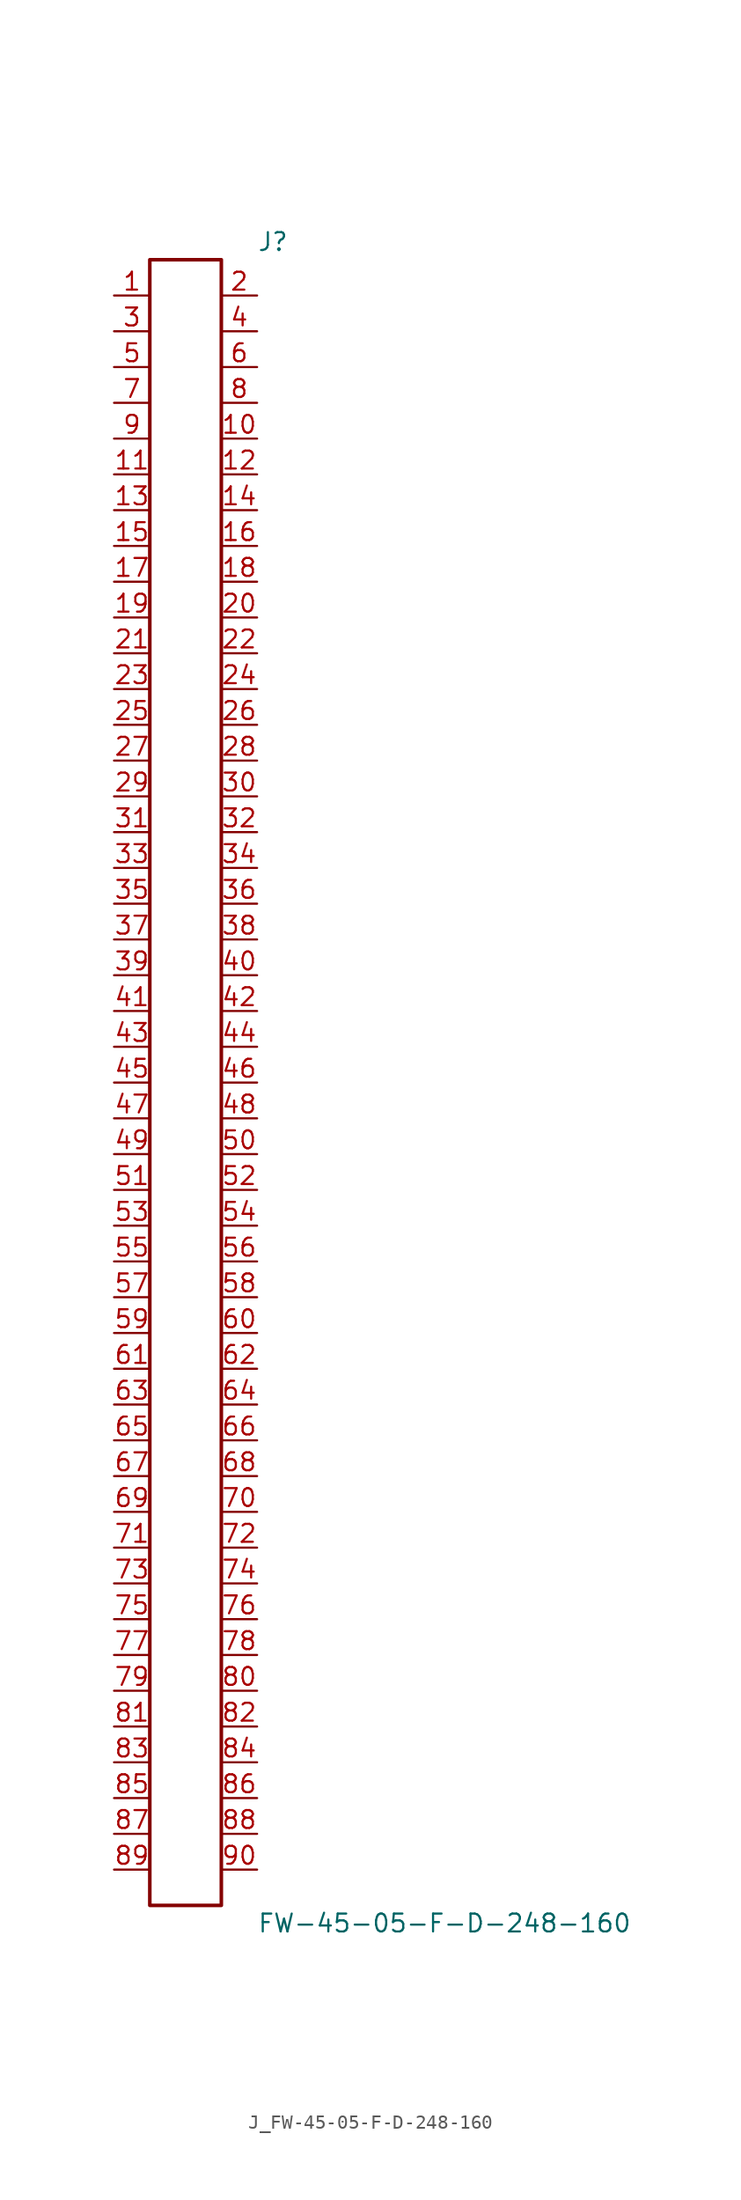
<source format=kicad_sym>
(kicad_symbol_lib
  (version 20231120)
  (generator kicad_symbol_editor)
  (generator_version 8.0)
  (symbol "J_FW-45-05-F-D-248-160"
    (pin_names
      (offset 0.254))
    (property "Reference" "J"
      (at 5.08 59.69 0)
      (effects (font (size 1.27 1.27)) (justify left)))
    (property "Value" "FW-45-05-F-D-248-160"
      (at 5.08 -59.69 0)
      (effects (font (size 1.27 1.27)) (justify left)))
    (symbol "J_FW-45-05-F-D-248-160_0_0"
      (pin passive line (at -5.08 55.88 0) (length 2.54) (name "" (effects (font (size 1.27 1.27)))) (number "1" (effects (font (size 1.27 1.27)))))
      (pin passive line (at 5.08 55.88 180) (length 2.54) (name "" (effects (font (size 1.27 1.27)))) (number "2" (effects (font (size 1.27 1.27)))))
      (pin passive line (at -5.08 53.34 0) (length 2.54) (name "" (effects (font (size 1.27 1.27)))) (number "3" (effects (font (size 1.27 1.27)))))
      (pin passive line (at 5.08 53.34 180) (length 2.54) (name "" (effects (font (size 1.27 1.27)))) (number "4" (effects (font (size 1.27 1.27)))))
      (pin passive line (at -5.08 50.8 0) (length 2.54) (name "" (effects (font (size 1.27 1.27)))) (number "5" (effects (font (size 1.27 1.27)))))
      (pin passive line (at 5.08 50.8 180) (length 2.54) (name "" (effects (font (size 1.27 1.27)))) (number "6" (effects (font (size 1.27 1.27)))))
      (pin passive line (at -5.08 48.26 0) (length 2.54) (name "" (effects (font (size 1.27 1.27)))) (number "7" (effects (font (size 1.27 1.27)))))
      (pin passive line (at 5.08 48.26 180) (length 2.54) (name "" (effects (font (size 1.27 1.27)))) (number "8" (effects (font (size 1.27 1.27)))))
      (pin passive line (at -5.08 45.72 0) (length 2.54) (name "" (effects (font (size 1.27 1.27)))) (number "9" (effects (font (size 1.27 1.27)))))
      (pin passive line (at 5.08 45.72 180) (length 2.54) (name "" (effects (font (size 1.27 1.27)))) (number "10" (effects (font (size 1.27 1.27)))))
      (pin passive line (at -5.08 43.18 0) (length 2.54) (name "" (effects (font (size 1.27 1.27)))) (number "11" (effects (font (size 1.27 1.27)))))
      (pin passive line (at 5.08 43.18 180) (length 2.54) (name "" (effects (font (size 1.27 1.27)))) (number "12" (effects (font (size 1.27 1.27)))))
      (pin passive line (at -5.08 40.64 0) (length 2.54) (name "" (effects (font (size 1.27 1.27)))) (number "13" (effects (font (size 1.27 1.27)))))
      (pin passive line (at 5.08 40.64 180) (length 2.54) (name "" (effects (font (size 1.27 1.27)))) (number "14" (effects (font (size 1.27 1.27)))))
      (pin passive line (at -5.08 38.1 0) (length 2.54) (name "" (effects (font (size 1.27 1.27)))) (number "15" (effects (font (size 1.27 1.27)))))
      (pin passive line (at 5.08 38.1 180) (length 2.54) (name "" (effects (font (size 1.27 1.27)))) (number "16" (effects (font (size 1.27 1.27)))))
      (pin passive line (at -5.08 35.56 0) (length 2.54) (name "" (effects (font (size 1.27 1.27)))) (number "17" (effects (font (size 1.27 1.27)))))
      (pin passive line (at 5.08 35.56 180) (length 2.54) (name "" (effects (font (size 1.27 1.27)))) (number "18" (effects (font (size 1.27 1.27)))))
      (pin passive line (at -5.08 33.02 0) (length 2.54) (name "" (effects (font (size 1.27 1.27)))) (number "19" (effects (font (size 1.27 1.27)))))
      (pin passive line (at 5.08 33.02 180) (length 2.54) (name "" (effects (font (size 1.27 1.27)))) (number "20" (effects (font (size 1.27 1.27)))))
      (pin passive line (at -5.08 30.48 0) (length 2.54) (name "" (effects (font (size 1.27 1.27)))) (number "21" (effects (font (size 1.27 1.27)))))
      (pin passive line (at 5.08 30.48 180) (length 2.54) (name "" (effects (font (size 1.27 1.27)))) (number "22" (effects (font (size 1.27 1.27)))))
      (pin passive line (at -5.08 27.94 0) (length 2.54) (name "" (effects (font (size 1.27 1.27)))) (number "23" (effects (font (size 1.27 1.27)))))
      (pin passive line (at 5.08 27.94 180) (length 2.54) (name "" (effects (font (size 1.27 1.27)))) (number "24" (effects (font (size 1.27 1.27)))))
      (pin passive line (at -5.08 25.4 0) (length 2.54) (name "" (effects (font (size 1.27 1.27)))) (number "25" (effects (font (size 1.27 1.27)))))
      (pin passive line (at 5.08 25.4 180) (length 2.54) (name "" (effects (font (size 1.27 1.27)))) (number "26" (effects (font (size 1.27 1.27)))))
      (pin passive line (at -5.08 22.86 0) (length 2.54) (name "" (effects (font (size 1.27 1.27)))) (number "27" (effects (font (size 1.27 1.27)))))
      (pin passive line (at 5.08 22.86 180) (length 2.54) (name "" (effects (font (size 1.27 1.27)))) (number "28" (effects (font (size 1.27 1.27)))))
      (pin passive line (at -5.08 20.32 0) (length 2.54) (name "" (effects (font (size 1.27 1.27)))) (number "29" (effects (font (size 1.27 1.27)))))
      (pin passive line (at 5.08 20.32 180) (length 2.54) (name "" (effects (font (size 1.27 1.27)))) (number "30" (effects (font (size 1.27 1.27)))))
      (pin passive line (at -5.08 17.78 0) (length 2.54) (name "" (effects (font (size 1.27 1.27)))) (number "31" (effects (font (size 1.27 1.27)))))
      (pin passive line (at 5.08 17.78 180) (length 2.54) (name "" (effects (font (size 1.27 1.27)))) (number "32" (effects (font (size 1.27 1.27)))))
      (pin passive line (at -5.08 15.24 0) (length 2.54) (name "" (effects (font (size 1.27 1.27)))) (number "33" (effects (font (size 1.27 1.27)))))
      (pin passive line (at 5.08 15.24 180) (length 2.54) (name "" (effects (font (size 1.27 1.27)))) (number "34" (effects (font (size 1.27 1.27)))))
      (pin passive line (at -5.08 12.7 0) (length 2.54) (name "" (effects (font (size 1.27 1.27)))) (number "35" (effects (font (size 1.27 1.27)))))
      (pin passive line (at 5.08 12.7 180) (length 2.54) (name "" (effects (font (size 1.27 1.27)))) (number "36" (effects (font (size 1.27 1.27)))))
      (pin passive line (at -5.08 10.16 0) (length 2.54) (name "" (effects (font (size 1.27 1.27)))) (number "37" (effects (font (size 1.27 1.27)))))
      (pin passive line (at 5.08 10.16 180) (length 2.54) (name "" (effects (font (size 1.27 1.27)))) (number "38" (effects (font (size 1.27 1.27)))))
      (pin passive line (at -5.08 7.62 0) (length 2.54) (name "" (effects (font (size 1.27 1.27)))) (number "39" (effects (font (size 1.27 1.27)))))
      (pin passive line (at 5.08 7.62 180) (length 2.54) (name "" (effects (font (size 1.27 1.27)))) (number "40" (effects (font (size 1.27 1.27)))))
      (pin passive line (at -5.08 5.08 0) (length 2.54) (name "" (effects (font (size 1.27 1.27)))) (number "41" (effects (font (size 1.27 1.27)))))
      (pin passive line (at 5.08 5.08 180) (length 2.54) (name "" (effects (font (size 1.27 1.27)))) (number "42" (effects (font (size 1.27 1.27)))))
      (pin passive line (at -5.08 2.54 0) (length 2.54) (name "" (effects (font (size 1.27 1.27)))) (number "43" (effects (font (size 1.27 1.27)))))
      (pin passive line (at 5.08 2.54 180) (length 2.54) (name "" (effects (font (size 1.27 1.27)))) (number "44" (effects (font (size 1.27 1.27)))))
      (pin passive line (at -5.08 0.0 0) (length 2.54) (name "" (effects (font (size 1.27 1.27)))) (number "45" (effects (font (size 1.27 1.27)))))
      (pin passive line (at 5.08 0.0 180) (length 2.54) (name "" (effects (font (size 1.27 1.27)))) (number "46" (effects (font (size 1.27 1.27)))))
      (pin passive line (at -5.08 -2.54 0) (length 2.54) (name "" (effects (font (size 1.27 1.27)))) (number "47" (effects (font (size 1.27 1.27)))))
      (pin passive line (at 5.08 -2.54 180) (length 2.54) (name "" (effects (font (size 1.27 1.27)))) (number "48" (effects (font (size 1.27 1.27)))))
      (pin passive line (at -5.08 -5.08 0) (length 2.54) (name "" (effects (font (size 1.27 1.27)))) (number "49" (effects (font (size 1.27 1.27)))))
      (pin passive line (at 5.08 -5.08 180) (length 2.54) (name "" (effects (font (size 1.27 1.27)))) (number "50" (effects (font (size 1.27 1.27)))))
      (pin passive line (at -5.08 -7.62 0) (length 2.54) (name "" (effects (font (size 1.27 1.27)))) (number "51" (effects (font (size 1.27 1.27)))))
      (pin passive line (at 5.08 -7.62 180) (length 2.54) (name "" (effects (font (size 1.27 1.27)))) (number "52" (effects (font (size 1.27 1.27)))))
      (pin passive line (at -5.08 -10.16 0) (length 2.54) (name "" (effects (font (size 1.27 1.27)))) (number "53" (effects (font (size 1.27 1.27)))))
      (pin passive line (at 5.08 -10.16 180) (length 2.54) (name "" (effects (font (size 1.27 1.27)))) (number "54" (effects (font (size 1.27 1.27)))))
      (pin passive line (at -5.08 -12.7 0) (length 2.54) (name "" (effects (font (size 1.27 1.27)))) (number "55" (effects (font (size 1.27 1.27)))))
      (pin passive line (at 5.08 -12.7 180) (length 2.54) (name "" (effects (font (size 1.27 1.27)))) (number "56" (effects (font (size 1.27 1.27)))))
      (pin passive line (at -5.08 -15.24 0) (length 2.54) (name "" (effects (font (size 1.27 1.27)))) (number "57" (effects (font (size 1.27 1.27)))))
      (pin passive line (at 5.08 -15.24 180) (length 2.54) (name "" (effects (font (size 1.27 1.27)))) (number "58" (effects (font (size 1.27 1.27)))))
      (pin passive line (at -5.08 -17.78 0) (length 2.54) (name "" (effects (font (size 1.27 1.27)))) (number "59" (effects (font (size 1.27 1.27)))))
      (pin passive line (at 5.08 -17.78 180) (length 2.54) (name "" (effects (font (size 1.27 1.27)))) (number "60" (effects (font (size 1.27 1.27)))))
      (pin passive line (at -5.08 -20.32 0) (length 2.54) (name "" (effects (font (size 1.27 1.27)))) (number "61" (effects (font (size 1.27 1.27)))))
      (pin passive line (at 5.08 -20.32 180) (length 2.54) (name "" (effects (font (size 1.27 1.27)))) (number "62" (effects (font (size 1.27 1.27)))))
      (pin passive line (at -5.08 -22.86 0) (length 2.54) (name "" (effects (font (size 1.27 1.27)))) (number "63" (effects (font (size 1.27 1.27)))))
      (pin passive line (at 5.08 -22.86 180) (length 2.54) (name "" (effects (font (size 1.27 1.27)))) (number "64" (effects (font (size 1.27 1.27)))))
      (pin passive line (at -5.08 -25.4 0) (length 2.54) (name "" (effects (font (size 1.27 1.27)))) (number "65" (effects (font (size 1.27 1.27)))))
      (pin passive line (at 5.08 -25.4 180) (length 2.54) (name "" (effects (font (size 1.27 1.27)))) (number "66" (effects (font (size 1.27 1.27)))))
      (pin passive line (at -5.08 -27.94 0) (length 2.54) (name "" (effects (font (size 1.27 1.27)))) (number "67" (effects (font (size 1.27 1.27)))))
      (pin passive line (at 5.08 -27.94 180) (length 2.54) (name "" (effects (font (size 1.27 1.27)))) (number "68" (effects (font (size 1.27 1.27)))))
      (pin passive line (at -5.08 -30.48 0) (length 2.54) (name "" (effects (font (size 1.27 1.27)))) (number "69" (effects (font (size 1.27 1.27)))))
      (pin passive line (at 5.08 -30.48 180) (length 2.54) (name "" (effects (font (size 1.27 1.27)))) (number "70" (effects (font (size 1.27 1.27)))))
      (pin passive line (at -5.08 -33.02 0) (length 2.54) (name "" (effects (font (size 1.27 1.27)))) (number "71" (effects (font (size 1.27 1.27)))))
      (pin passive line (at 5.08 -33.02 180) (length 2.54) (name "" (effects (font (size 1.27 1.27)))) (number "72" (effects (font (size 1.27 1.27)))))
      (pin passive line (at -5.08 -35.56 0) (length 2.54) (name "" (effects (font (size 1.27 1.27)))) (number "73" (effects (font (size 1.27 1.27)))))
      (pin passive line (at 5.08 -35.56 180) (length 2.54) (name "" (effects (font (size 1.27 1.27)))) (number "74" (effects (font (size 1.27 1.27)))))
      (pin passive line (at -5.08 -38.1 0) (length 2.54) (name "" (effects (font (size 1.27 1.27)))) (number "75" (effects (font (size 1.27 1.27)))))
      (pin passive line (at 5.08 -38.1 180) (length 2.54) (name "" (effects (font (size 1.27 1.27)))) (number "76" (effects (font (size 1.27 1.27)))))
      (pin passive line (at -5.08 -40.64 0) (length 2.54) (name "" (effects (font (size 1.27 1.27)))) (number "77" (effects (font (size 1.27 1.27)))))
      (pin passive line (at 5.08 -40.64 180) (length 2.54) (name "" (effects (font (size 1.27 1.27)))) (number "78" (effects (font (size 1.27 1.27)))))
      (pin passive line (at -5.08 -43.18 0) (length 2.54) (name "" (effects (font (size 1.27 1.27)))) (number "79" (effects (font (size 1.27 1.27)))))
      (pin passive line (at 5.08 -43.18 180) (length 2.54) (name "" (effects (font (size 1.27 1.27)))) (number "80" (effects (font (size 1.27 1.27)))))
      (pin passive line (at -5.08 -45.72 0) (length 2.54) (name "" (effects (font (size 1.27 1.27)))) (number "81" (effects (font (size 1.27 1.27)))))
      (pin passive line (at 5.08 -45.72 180) (length 2.54) (name "" (effects (font (size 1.27 1.27)))) (number "82" (effects (font (size 1.27 1.27)))))
      (pin passive line (at -5.08 -48.26 0) (length 2.54) (name "" (effects (font (size 1.27 1.27)))) (number "83" (effects (font (size 1.27 1.27)))))
      (pin passive line (at 5.08 -48.26 180) (length 2.54) (name "" (effects (font (size 1.27 1.27)))) (number "84" (effects (font (size 1.27 1.27)))))
      (pin passive line (at -5.08 -50.8 0) (length 2.54) (name "" (effects (font (size 1.27 1.27)))) (number "85" (effects (font (size 1.27 1.27)))))
      (pin passive line (at 5.08 -50.8 180) (length 2.54) (name "" (effects (font (size 1.27 1.27)))) (number "86" (effects (font (size 1.27 1.27)))))
      (pin passive line (at -5.08 -53.34 0) (length 2.54) (name "" (effects (font (size 1.27 1.27)))) (number "87" (effects (font (size 1.27 1.27)))))
      (pin passive line (at 5.08 -53.34 180) (length 2.54) (name "" (effects (font (size 1.27 1.27)))) (number "88" (effects (font (size 1.27 1.27)))))
      (pin passive line (at -5.08 -55.88 0) (length 2.54) (name "" (effects (font (size 1.27 1.27)))) (number "89" (effects (font (size 1.27 1.27)))))
      (pin passive line (at 5.08 -55.88 180) (length 2.54) (name "" (effects (font (size 1.27 1.27)))) (number "90" (effects (font (size 1.27 1.27))))))
    (symbol "J_FW-45-05-F-D-248-160_1_0"
      (rectangle (start -2.54 58.42) (end 2.54 -58.42) (stroke (width 0.254) (type solid)) (fill (type none))))))
</source>
